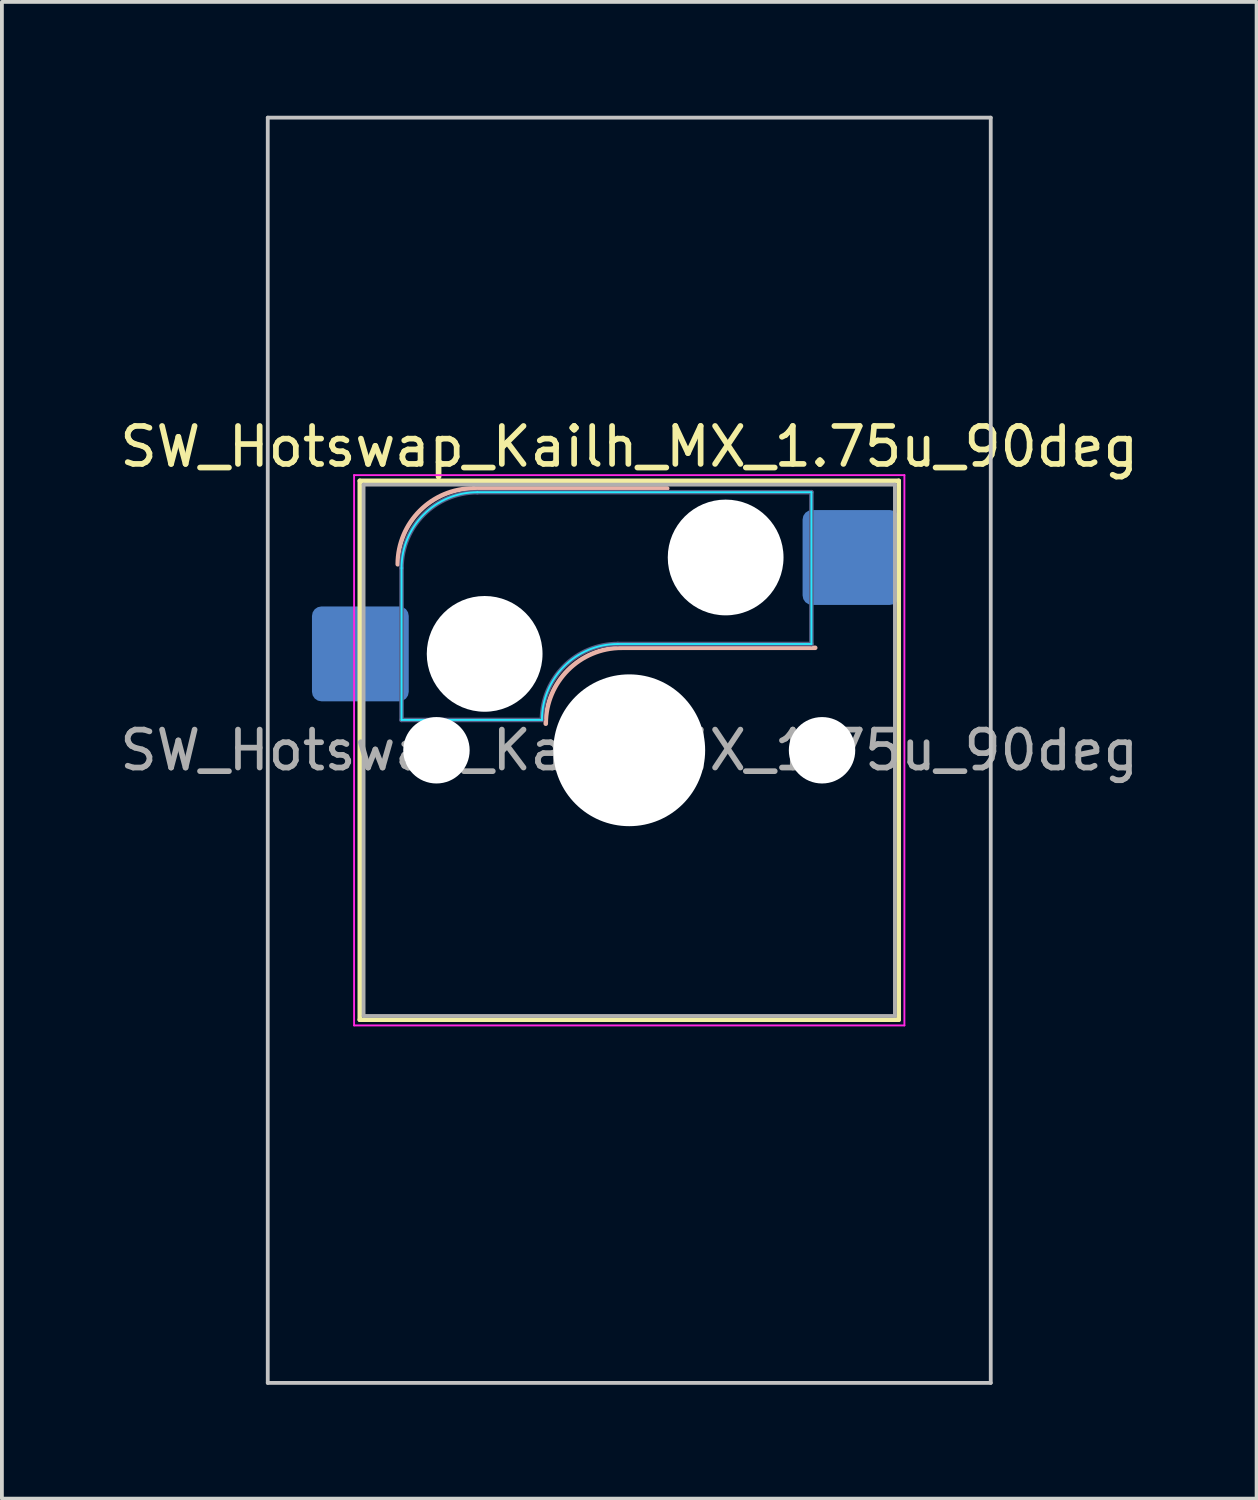
<source format=kicad_pcb>
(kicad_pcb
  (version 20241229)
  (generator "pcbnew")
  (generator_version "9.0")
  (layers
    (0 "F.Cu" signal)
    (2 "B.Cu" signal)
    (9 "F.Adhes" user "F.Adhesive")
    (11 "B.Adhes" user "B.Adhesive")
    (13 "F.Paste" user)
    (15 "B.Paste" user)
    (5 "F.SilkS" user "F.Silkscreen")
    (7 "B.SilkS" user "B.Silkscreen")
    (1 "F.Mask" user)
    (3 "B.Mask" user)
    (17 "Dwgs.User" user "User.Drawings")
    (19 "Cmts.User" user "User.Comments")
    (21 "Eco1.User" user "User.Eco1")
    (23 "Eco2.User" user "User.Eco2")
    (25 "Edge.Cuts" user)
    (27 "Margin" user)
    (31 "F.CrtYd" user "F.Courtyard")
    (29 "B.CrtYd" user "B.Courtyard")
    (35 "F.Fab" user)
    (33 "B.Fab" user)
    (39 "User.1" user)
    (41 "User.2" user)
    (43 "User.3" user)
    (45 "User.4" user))
  (footprint "SW_Hotswap_Kailh_MX_1.75u_90deg"
    (layer "F.Cu")
    (at 13.53 16.719)
    (property "Reference" "SW_Hotswap_Kailh_MX_1.75u_90deg" (at 0 -8 0) (layer "F.SilkS") (effects (font (size 1 1) (thickness 0.15))))
    (attr smd)
    (fp_line (start -7.1 -7.1) (end -7.1 7.1) (stroke (width 0.12) (type solid)) (layer "F.SilkS"))
    (fp_line (start -7.1 7.1) (end 7.1 7.1) (stroke (width 0.12) (type solid)) (layer "F.SilkS"))
    (fp_line (start 7.1 -7.1) (end -7.1 -7.1) (stroke (width 0.12) (type solid)) (layer "F.SilkS"))
    (fp_line (start 7.1 7.1) (end 7.1 -7.1) (stroke (width 0.12) (type solid)) (layer "F.SilkS"))
    (fp_line (start -4.1 -6.9) (end 1 -6.9) (stroke (width 0.12) (type solid)) (layer "B.SilkS"))
    (fp_line (start -0.2 -2.7) (end 4.9 -2.7) (stroke (width 0.12) (type solid)) (layer "B.SilkS"))
    (fp_arc (start -6.1 -4.9) (mid -5.514214 -6.314214) (end -4.1 -6.9) (stroke (width 0.12) (type solid)) (layer "B.SilkS"))
    (fp_arc (start -2.2 -0.7) (mid -1.614214 -2.114214) (end -0.2 -2.7) (stroke (width 0.12) (type solid)) (layer "B.SilkS"))
    (fp_line (start -9.525 -16.669) (end 9.525 -16.669) (stroke (width 0.1) (type solid)) (layer "Dwgs.User"))
    (fp_line (start -9.525 16.669) (end -9.525 -16.669) (stroke (width 0.1) (type solid)) (layer "Dwgs.User"))
    (fp_line (start 9.525 -16.669) (end 9.525 16.669) (stroke (width 0.1) (type solid)) (layer "Dwgs.User"))
    (fp_line (start 9.525 16.669) (end -9.525 16.669) (stroke (width 0.1) (type solid)) (layer "Dwgs.User"))
    (fp_line (start -7.8 -6) (end -7 -6) (stroke (width 0.1) (type solid)) (layer "Eco1.User"))
    (fp_line (start -7.8 -2.9) (end -7.8 -6) (stroke (width 0.1) (type solid)) (layer "Eco1.User"))
    (fp_line (start -7.8 2.9) (end -7 2.9) (stroke (width 0.1) (type solid)) (layer "Eco1.User"))
    (fp_line (start -7.8 6) (end -7.8 2.9) (stroke (width 0.1) (type solid)) (layer "Eco1.User"))
    (fp_line (start -7 -7) (end 7 -7) (stroke (width 0.1) (type solid)) (layer "Eco1.User"))
    (fp_line (start -7 -6) (end -7 -7) (stroke (width 0.1) (type solid)) (layer "Eco1.User"))
    (fp_line (start -7 -2.9) (end -7.8 -2.9) (stroke (width 0.1) (type solid)) (layer "Eco1.User"))
    (fp_line (start -7 2.9) (end -7 -2.9) (stroke (width 0.1) (type solid)) (layer "Eco1.User"))
    (fp_line (start -7 6) (end -7.8 6) (stroke (width 0.1) (type solid)) (layer "Eco1.User"))
    (fp_line (start -7 7) (end -7 6) (stroke (width 0.1) (type solid)) (layer "Eco1.User"))
    (fp_line (start 7 -7) (end 7 -6) (stroke (width 0.1) (type solid)) (layer "Eco1.User"))
    (fp_line (start 7 -6) (end 7.8 -6) (stroke (width 0.1) (type solid)) (layer "Eco1.User"))
    (fp_line (start 7 -2.9) (end 7 2.9) (stroke (width 0.1) (type solid)) (layer "Eco1.User"))
    (fp_line (start 7 2.9) (end 7.8 2.9) (stroke (width 0.1) (type solid)) (layer "Eco1.User"))
    (fp_line (start 7 6) (end 7 7) (stroke (width 0.1) (type solid)) (layer "Eco1.User"))
    (fp_line (start 7 7) (end -7 7) (stroke (width 0.1) (type solid)) (layer "Eco1.User"))
    (fp_line (start 7.8 -6) (end 7.8 -2.9) (stroke (width 0.1) (type solid)) (layer "Eco1.User"))
    (fp_line (start 7.8 -2.9) (end 7 -2.9) (stroke (width 0.1) (type solid)) (layer "Eco1.User"))
    (fp_line (start 7.8 2.9) (end 7.8 6) (stroke (width 0.1) (type solid)) (layer "Eco1.User"))
    (fp_line (start 7.8 6) (end 7 6) (stroke (width 0.1) (type solid)) (layer "Eco1.User"))
    (fp_line (start -6 -0.8) (end -6 -4.8) (stroke (width 0.05) (type solid)) (layer "B.CrtYd"))
    (fp_line (start -6 -0.8) (end -2.3 -0.8) (stroke (width 0.05) (type solid)) (layer "B.CrtYd"))
    (fp_line (start -4 -6.8) (end 4.8 -6.8) (stroke (width 0.05) (type solid)) (layer "B.CrtYd"))
    (fp_line (start -0.3 -2.8) (end 4.8 -2.8) (stroke (width 0.05) (type solid)) (layer "B.CrtYd"))
    (fp_line (start 4.8 -6.8) (end 4.8 -2.8) (stroke (width 0.05) (type solid)) (layer "B.CrtYd"))
    (fp_arc (start -6 -4.8) (mid -5.414214 -6.214214) (end -4 -6.8) (stroke (width 0.05) (type solid)) (layer "B.CrtYd"))
    (fp_arc (start -2.3 -0.8) (mid -1.714214 -2.214214) (end -0.3 -2.8) (stroke (width 0.05) (type solid)) (layer "B.CrtYd"))
    (fp_line (start -7.25 -7.25) (end -7.25 7.25) (stroke (width 0.05) (type solid)) (layer "F.CrtYd"))
    (fp_line (start -7.25 7.25) (end 7.25 7.25) (stroke (width 0.05) (type solid)) (layer "F.CrtYd"))
    (fp_line (start 7.25 -7.25) (end -7.25 -7.25) (stroke (width 0.05) (type solid)) (layer "F.CrtYd"))
    (fp_line (start 7.25 7.25) (end 7.25 -7.25) (stroke (width 0.05) (type solid)) (layer "F.CrtYd"))
    (fp_line (start -6 -0.8) (end -6 -4.8) (stroke (width 0.12) (type solid)) (layer "B.Fab"))
    (fp_line (start -6 -0.8) (end -2.3 -0.8) (stroke (width 0.12) (type solid)) (layer "B.Fab"))
    (fp_line (start -4 -6.8) (end 4.8 -6.8) (stroke (width 0.12) (type solid)) (layer "B.Fab"))
    (fp_line (start -0.3 -2.8) (end 4.8 -2.8) (stroke (width 0.12) (type solid)) (layer "B.Fab"))
    (fp_line (start 4.8 -6.8) (end 4.8 -2.8) (stroke (width 0.12) (type solid)) (layer "B.Fab"))
    (fp_arc (start -6 -4.8) (mid -5.414214 -6.214214) (end -4 -6.8) (stroke (width 0.12) (type solid)) (layer "B.Fab"))
    (fp_arc (start -2.3 -0.8) (mid -1.714214 -2.214214) (end -0.3 -2.8) (stroke (width 0.12) (type solid)) (layer "B.Fab"))
    (fp_line (start -7 -7) (end -7 7) (stroke (width 0.1) (type solid)) (layer "F.Fab"))
    (fp_line (start -7 7) (end 7 7) (stroke (width 0.1) (type solid)) (layer "F.Fab"))
    (fp_line (start 7 -7) (end -7 -7) (stroke (width 0.1) (type solid)) (layer "F.Fab"))
    (fp_line (start 7 7) (end 7 -7) (stroke (width 0.1) (type solid)) (layer "F.Fab"))
    (fp_text user "${REFERENCE}" (at 0 0 0) (layer "F.Fab") (effects (font (size 1 1) (thickness 0.15))))
    (pad "" np_thru_hole circle (at -5.08 0) (size 1.75 1.75) (drill 1.75) (layers "*.Cu" "*.Mask"))
    (pad "" np_thru_hole circle (at -3.81 -2.54) (size 3.05 3.05) (drill 3.05) (layers "*.Cu" "*.Mask"))
    (pad "" np_thru_hole circle (at 0 0) (size 4 4) (drill 4) (layers "*.Cu" "*.Mask"))
    (pad "" np_thru_hole circle (at 2.54 -5.08) (size 3.05 3.05) (drill 3.05) (layers "*.Cu" "*.Mask"))
    (pad "" np_thru_hole circle (at 5.08 0) (size 1.75 1.75) (drill 1.75) (layers "*.Cu" "*.Mask"))
    (pad "1" smd roundrect (at -7.085 -2.54) (size 2.55 2.5) (layers "B.Cu" "B.Mask" "B.Paste") (roundrect_rratio 0.1))
    (pad "2" smd roundrect (at 5.842 -5.08) (size 2.55 2.5) (layers "B.Cu" "B.Mask" "B.Paste") (roundrect_rratio 0.1)))
  (gr_rect
    (start -3 -3)
    (end 30.06 36.438)
    (stroke (width 0.1) (type default))
    (fill no)
    (layer "Edge.Cuts")))
</source>
